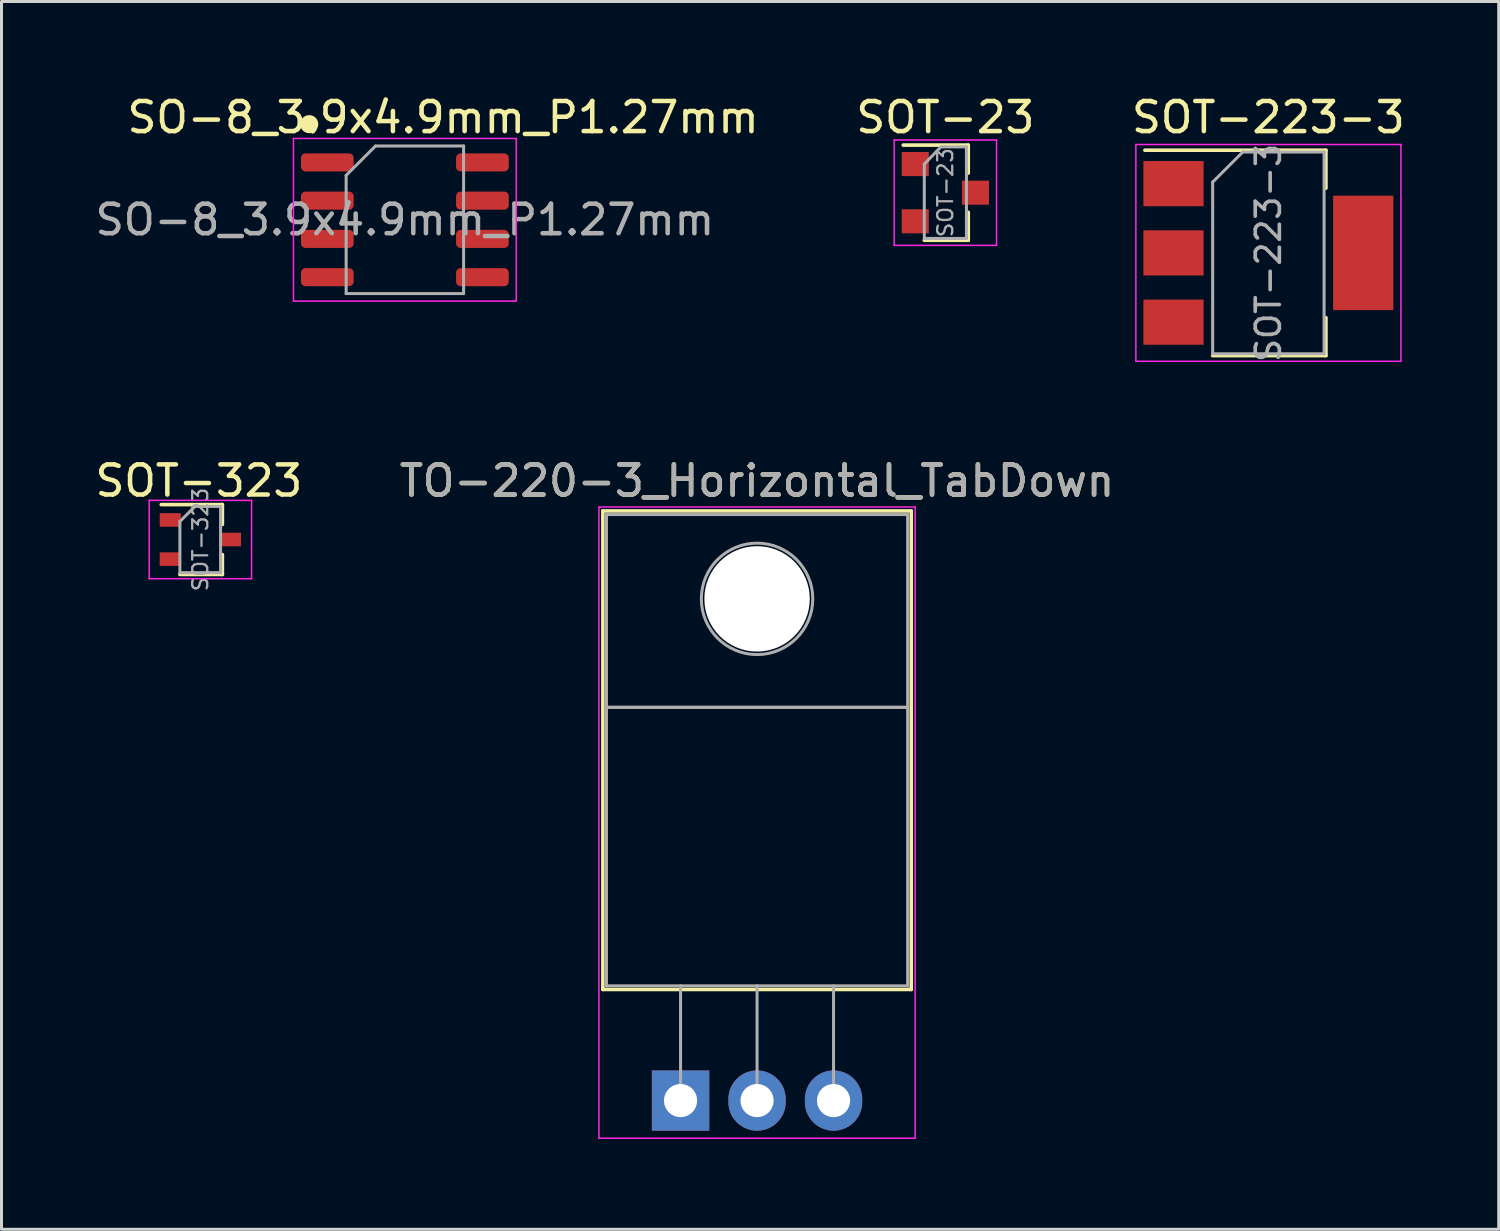
<source format=kicad_pcb>
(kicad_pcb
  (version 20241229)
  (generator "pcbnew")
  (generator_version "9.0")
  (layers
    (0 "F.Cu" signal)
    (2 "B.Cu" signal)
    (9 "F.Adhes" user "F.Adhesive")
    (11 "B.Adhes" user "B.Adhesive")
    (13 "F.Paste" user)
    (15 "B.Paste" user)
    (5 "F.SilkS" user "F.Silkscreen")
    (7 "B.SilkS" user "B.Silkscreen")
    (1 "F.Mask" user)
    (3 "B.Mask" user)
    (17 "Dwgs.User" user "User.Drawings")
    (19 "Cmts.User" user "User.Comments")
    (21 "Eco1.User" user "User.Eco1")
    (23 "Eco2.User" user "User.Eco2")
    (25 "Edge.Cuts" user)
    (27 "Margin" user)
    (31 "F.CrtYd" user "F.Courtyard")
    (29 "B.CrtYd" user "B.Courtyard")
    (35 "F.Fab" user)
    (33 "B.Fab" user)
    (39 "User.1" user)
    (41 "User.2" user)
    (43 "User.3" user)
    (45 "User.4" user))
  (footprint "SOT-223-3"
    (layer "F.Cu")
    (at 39.068 5.348)
    (property "Reference" "SOT-223-3" (at 0 -4.5 0) (layer "F.SilkS") (effects (font (size 1 1) (thickness 0.15))))
    (attr smd)
    (fp_line (start -4.1 -3.41) (end 1.91 -3.41) (stroke (width 0.12) (type solid)) (layer "F.SilkS"))
    (fp_line (start -1.85 3.41) (end 1.91 3.41) (stroke (width 0.12) (type solid)) (layer "F.SilkS"))
    (fp_line (start 1.91 -3.41) (end 1.91 -2.15) (stroke (width 0.12) (type solid)) (layer "F.SilkS"))
    (fp_line (start 1.91 3.41) (end 1.91 2.15) (stroke (width 0.12) (type solid)) (layer "F.SilkS"))
    (fp_line (start -4.4 -3.6) (end -4.4 3.6) (stroke (width 0.05) (type solid)) (layer "F.CrtYd"))
    (fp_line (start -4.4 3.6) (end 4.4 3.6) (stroke (width 0.05) (type solid)) (layer "F.CrtYd"))
    (fp_line (start 4.4 -3.6) (end -4.4 -3.6) (stroke (width 0.05) (type solid)) (layer "F.CrtYd"))
    (fp_line (start 4.4 3.6) (end 4.4 -3.6) (stroke (width 0.05) (type solid)) (layer "F.CrtYd"))
    (fp_line (start -1.85 -2.35) (end -1.85 3.35) (stroke (width 0.1) (type solid)) (layer "F.Fab"))
    (fp_line (start -1.85 -2.35) (end -0.85 -3.35) (stroke (width 0.1) (type solid)) (layer "F.Fab"))
    (fp_line (start -1.85 3.35) (end 1.85 3.35) (stroke (width 0.1) (type solid)) (layer "F.Fab"))
    (fp_line (start -0.85 -3.35) (end 1.85 -3.35) (stroke (width 0.1) (type solid)) (layer "F.Fab"))
    (fp_line (start 1.85 -3.35) (end 1.85 3.35) (stroke (width 0.1) (type solid)) (layer "F.Fab"))
    (fp_text user "${REFERENCE}" (at 0 0 90) (layer "F.Fab") (effects (font (size 0.8 0.8) (thickness 0.12))))
    (pad "1" smd rect (at -3.15 -2.3) (size 2 1.5) (layers "F.Cu" "F.Mask" "F.Paste"))
    (pad "2" smd rect (at -3.15 0) (size 2 1.5) (layers "F.Cu" "F.Mask" "F.Paste"))
    (pad "3" smd rect (at -3.15 2.3) (size 2 1.5) (layers "F.Cu" "F.Mask" "F.Paste"))
    (pad "4" smd rect (at 3.15 0) (size 2 3.8) (layers "F.Cu" "F.Mask" "F.Paste")))
  (footprint "SO-8_3.9x4.9mm_P1.27mm"
    (layer "F.Cu")
    (at 10.394 4.248)
    (property "Reference" "SO-8_3.9x4.9mm_P1.27mm" (at 1.27 -3.4 0) (layer "F.SilkS") (effects (font (size 1 1) (thickness 0.15))))
    (attr smd)
    (fp_circle (center -3.175 -3.175) (end -3.025 -3.175) (stroke (width 0.3) (type solid)) (fill no) (layer "F.SilkS"))
    (fp_line (start -3.7 -2.7) (end -3.7 2.7) (stroke (width 0.05) (type solid)) (layer "F.CrtYd"))
    (fp_line (start -3.7 2.7) (end 3.7 2.7) (stroke (width 0.05) (type solid)) (layer "F.CrtYd"))
    (fp_line (start 3.7 -2.7) (end -3.7 -2.7) (stroke (width 0.05) (type solid)) (layer "F.CrtYd"))
    (fp_line (start 3.7 2.7) (end 3.7 -2.7) (stroke (width 0.05) (type solid)) (layer "F.CrtYd"))
    (fp_line (start -1.95 -1.475) (end -0.975 -2.45) (stroke (width 0.1) (type solid)) (layer "F.Fab"))
    (fp_line (start -1.95 2.45) (end -1.95 -1.475) (stroke (width 0.1) (type solid)) (layer "F.Fab"))
    (fp_line (start -0.975 -2.45) (end 1.95 -2.45) (stroke (width 0.1) (type solid)) (layer "F.Fab"))
    (fp_line (start 1.95 -2.45) (end 1.95 2.45) (stroke (width 0.1) (type solid)) (layer "F.Fab"))
    (fp_line (start 1.95 2.45) (end -1.95 2.45) (stroke (width 0.1) (type solid)) (layer "F.Fab"))
    (fp_text user "${REFERENCE}" (at 0 0 0) (layer "F.Fab") (effects (font (size 0.98 0.98) (thickness 0.15))))
    (pad "1" smd roundrect (at -2.575 -1.905) (size 1.75 0.6) (layers "F.Cu" "F.Mask" "F.Paste") (roundrect_rratio 0.25))
    (pad "2" smd roundrect (at -2.575 -0.635) (size 1.75 0.6) (layers "F.Cu" "F.Mask" "F.Paste") (roundrect_rratio 0.25))
    (pad "3" smd roundrect (at -2.575 0.635) (size 1.75 0.6) (layers "F.Cu" "F.Mask" "F.Paste") (roundrect_rratio 0.25))
    (pad "4" smd roundrect (at -2.575 1.905) (size 1.75 0.6) (layers "F.Cu" "F.Mask" "F.Paste") (roundrect_rratio 0.25))
    (pad "5" smd roundrect (at 2.575 1.905) (size 1.75 0.6) (layers "F.Cu" "F.Mask" "F.Paste") (roundrect_rratio 0.25))
    (pad "6" smd roundrect (at 2.575 0.635) (size 1.75 0.6) (layers "F.Cu" "F.Mask" "F.Paste") (roundrect_rratio 0.25))
    (pad "7" smd roundrect (at 2.575 -0.635) (size 1.75 0.6) (layers "F.Cu" "F.Mask" "F.Paste") (roundrect_rratio 0.25))
    (pad "8" smd roundrect (at 2.575 -1.905) (size 1.75 0.6) (layers "F.Cu" "F.Mask" "F.Paste") (roundrect_rratio 0.25)))
  (footprint "SOT-323"
    (layer "F.Cu")
    (at 3.604 14.866)
    (property "Reference" "SOT-323" (at -0.05 -1.95 0) (layer "F.SilkS") (effects (font (size 1 1) (thickness 0.15))))
    (attr smd)
    (fp_line (start -0.68 1.16) (end 0.73 1.16) (stroke (width 0.12) (type solid)) (layer "F.SilkS"))
    (fp_line (start 0.73 -1.16) (end -1.3 -1.16) (stroke (width 0.12) (type solid)) (layer "F.SilkS"))
    (fp_line (start 0.73 -1.16) (end 0.73 -0.5) (stroke (width 0.12) (type solid)) (layer "F.SilkS"))
    (fp_line (start 0.73 0.5) (end 0.73 1.16) (stroke (width 0.12) (type solid)) (layer "F.SilkS"))
    (fp_line (start -1.7 -1.3) (end 1.7 -1.3) (stroke (width 0.05) (type solid)) (layer "F.CrtYd"))
    (fp_line (start -1.7 1.3) (end -1.7 -1.3) (stroke (width 0.05) (type solid)) (layer "F.CrtYd"))
    (fp_line (start 1.7 -1.3) (end 1.7 1.3) (stroke (width 0.05) (type solid)) (layer "F.CrtYd"))
    (fp_line (start 1.7 1.3) (end -1.7 1.3) (stroke (width 0.05) (type solid)) (layer "F.CrtYd"))
    (fp_line (start -0.68 -0.6) (end -0.68 1.1) (stroke (width 0.1) (type solid)) (layer "F.Fab"))
    (fp_line (start -0.18 -1.1) (end -0.68 -0.6) (stroke (width 0.1) (type solid)) (layer "F.Fab"))
    (fp_line (start 0.67 -1.1) (end -0.18 -1.1) (stroke (width 0.1) (type solid)) (layer "F.Fab"))
    (fp_line (start 0.67 -1.1) (end 0.67 1.1) (stroke (width 0.1) (type solid)) (layer "F.Fab"))
    (fp_line (start 0.67 1.1) (end -0.68 1.1) (stroke (width 0.1) (type solid)) (layer "F.Fab"))
    (fp_text user "${REFERENCE}" (at 0 0 90) (layer "F.Fab") (effects (font (size 0.5 0.5) (thickness 0.075))))
    (pad "1" smd rect (at -1 -0.65 270) (size 0.45 0.7) (layers "F.Cu" "F.Mask" "F.Paste"))
    (pad "2" smd rect (at -1 0.65 270) (size 0.45 0.7) (layers "F.Cu" "F.Mask" "F.Paste"))
    (pad "3" smd rect (at 1 0 270) (size 0.45 0.7) (layers "F.Cu" "F.Mask" "F.Paste")))
  (footprint "SOT-23"
    (layer "F.Cu")
    (at 28.342 3.348)
    (property "Reference" "SOT-23" (at 0 -2.5 0) (layer "F.SilkS") (effects (font (size 1 1) (thickness 0.15))))
    (attr smd)
    (fp_line (start 0.76 -1.58) (end -1.4 -1.58) (stroke (width 0.12) (type solid)) (layer "F.SilkS"))
    (fp_line (start 0.76 -1.58) (end 0.76 -0.65) (stroke (width 0.12) (type solid)) (layer "F.SilkS"))
    (fp_line (start 0.76 1.58) (end -0.7 1.58) (stroke (width 0.12) (type solid)) (layer "F.SilkS"))
    (fp_line (start 0.76 1.58) (end 0.76 0.65) (stroke (width 0.12) (type solid)) (layer "F.SilkS"))
    (fp_line (start -1.7 -1.75) (end 1.7 -1.75) (stroke (width 0.05) (type solid)) (layer "F.CrtYd"))
    (fp_line (start -1.7 1.75) (end -1.7 -1.75) (stroke (width 0.05) (type solid)) (layer "F.CrtYd"))
    (fp_line (start 1.7 -1.75) (end 1.7 1.75) (stroke (width 0.05) (type solid)) (layer "F.CrtYd"))
    (fp_line (start 1.7 1.75) (end -1.7 1.75) (stroke (width 0.05) (type solid)) (layer "F.CrtYd"))
    (fp_line (start -0.7 -0.95) (end -0.7 1.5) (stroke (width 0.1) (type solid)) (layer "F.Fab"))
    (fp_line (start -0.7 -0.95) (end -0.15 -1.52) (stroke (width 0.1) (type solid)) (layer "F.Fab"))
    (fp_line (start -0.7 1.52) (end 0.7 1.52) (stroke (width 0.1) (type solid)) (layer "F.Fab"))
    (fp_line (start -0.15 -1.52) (end 0.7 -1.52) (stroke (width 0.1) (type solid)) (layer "F.Fab"))
    (fp_line (start 0.7 -1.52) (end 0.7 1.52) (stroke (width 0.1) (type solid)) (layer "F.Fab"))
    (fp_text user "${REFERENCE}" (at 0 0 90) (layer "F.Fab") (effects (font (size 0.5 0.5) (thickness 0.075))))
    (pad "1" smd rect (at -1 -0.95) (size 0.9 0.8) (layers "F.Cu" "F.Mask" "F.Paste"))
    (pad "2" smd rect (at -1 0.95) (size 0.9 0.8) (layers "F.Cu" "F.Mask" "F.Paste"))
    (pad "3" smd rect (at 1 0) (size 0.9 0.8) (layers "F.Cu" "F.Mask" "F.Paste")))
  (footprint "TO-220-3_Horizontal_TabDown"
    (layer "F.Cu")
    (at 19.549 33.496)
    (property "Reference" "TO-220-3_Horizontal_TabDown" (at 2.54 -20.58 0) (layer "F.SilkS") (effects (font (size 1 1) (thickness 0.15))))
    (attr through_hole)
    (fp_line (start -2.58 -19.58) (end -2.58 -3.69) (stroke (width 0.12) (type solid)) (layer "F.SilkS"))
    (fp_line (start -2.58 -19.58) (end 7.66 -19.58) (stroke (width 0.12) (type solid)) (layer "F.SilkS"))
    (fp_line (start -2.58 -3.69) (end 7.66 -3.69) (stroke (width 0.12) (type solid)) (layer "F.SilkS"))
    (fp_line (start 7.66 -19.58) (end 7.66 -3.69) (stroke (width 0.12) (type solid)) (layer "F.SilkS"))
    (fp_line (start -2.71 -19.71) (end -2.71 1.25) (stroke (width 0.05) (type solid)) (layer "F.CrtYd"))
    (fp_line (start -2.71 1.25) (end 7.79 1.25) (stroke (width 0.05) (type solid)) (layer "F.CrtYd"))
    (fp_line (start 7.79 -19.71) (end -2.71 -19.71) (stroke (width 0.05) (type solid)) (layer "F.CrtYd"))
    (fp_line (start 7.79 1.25) (end 7.79 -19.71) (stroke (width 0.05) (type solid)) (layer "F.CrtYd"))
    (fp_line (start -2.46 -19.46) (end 7.54 -19.46) (stroke (width 0.1) (type solid)) (layer "F.Fab"))
    (fp_line (start -2.46 -13.06) (end -2.46 -19.46) (stroke (width 0.1) (type solid)) (layer "F.Fab"))
    (fp_line (start -2.46 -13.06) (end 7.54 -13.06) (stroke (width 0.1) (type solid)) (layer "F.Fab"))
    (fp_line (start -2.46 -3.81) (end -2.46 -13.06) (stroke (width 0.1) (type solid)) (layer "F.Fab"))
    (fp_line (start 0 -3.81) (end 0 0) (stroke (width 0.1) (type solid)) (layer "F.Fab"))
    (fp_line (start 2.54 -3.81) (end 2.54 0) (stroke (width 0.1) (type solid)) (layer "F.Fab"))
    (fp_line (start 5.08 -3.81) (end 5.08 0) (stroke (width 0.1) (type solid)) (layer "F.Fab"))
    (fp_line (start 7.54 -19.46) (end 7.54 -13.06) (stroke (width 0.1) (type solid)) (layer "F.Fab"))
    (fp_line (start 7.54 -13.06) (end -2.46 -13.06) (stroke (width 0.1) (type solid)) (layer "F.Fab"))
    (fp_line (start 7.54 -13.06) (end 7.54 -3.81) (stroke (width 0.1) (type solid)) (layer "F.Fab"))
    (fp_line (start 7.54 -3.81) (end -2.46 -3.81) (stroke (width 0.1) (type solid)) (layer "F.Fab"))
    (fp_circle (center 2.54 -16.66) (end 4.39 -16.66) (stroke (width 0.1) (type solid)) (fill no) (layer "F.Fab"))
    (fp_text user "${REFERENCE}" (at 2.54 -20.58 0) (layer "F.Fab") (effects (font (size 1 1) (thickness 0.15))))
    (pad "" np_thru_hole oval (at 2.54 -16.66) (size 3.5 3.5) (drill 3.5) (layers "*.Cu" "*.Mask"))
    (pad "1" thru_hole rect (at 0 0) (size 1.905 2) (drill 1.1) (layers "*.Cu" "*.Mask"))
    (pad "2" thru_hole oval (at 2.54 0) (size 1.905 2) (drill 1.1) (layers "*.Cu" "*.Mask"))
    (pad "3" thru_hole oval (at 5.08 0) (size 1.905 2) (drill 1.1) (layers "*.Cu" "*.Mask")))
  (gr_rect
    (start -3 -3)
    (end 46.717 37.771)
    (stroke (width 0.1) (type default))
    (fill no)
    (layer "Edge.Cuts")))
</source>
